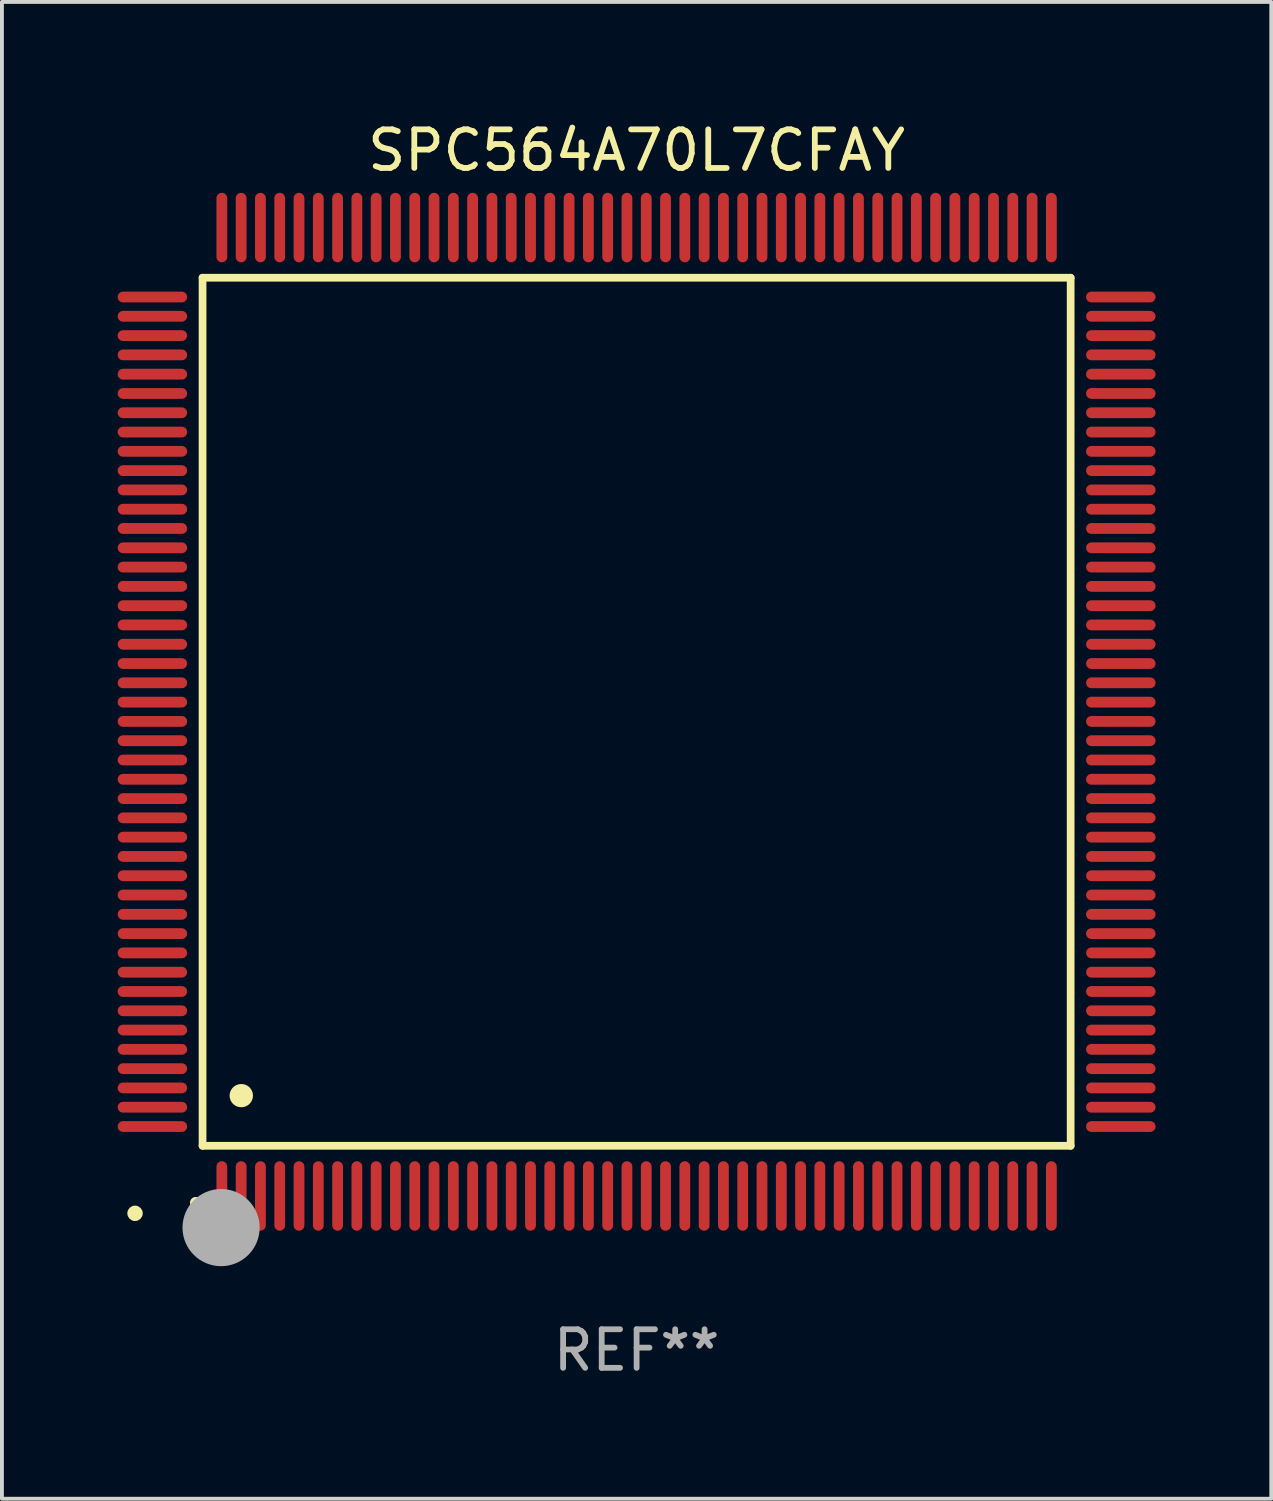
<source format=kicad_pcb>
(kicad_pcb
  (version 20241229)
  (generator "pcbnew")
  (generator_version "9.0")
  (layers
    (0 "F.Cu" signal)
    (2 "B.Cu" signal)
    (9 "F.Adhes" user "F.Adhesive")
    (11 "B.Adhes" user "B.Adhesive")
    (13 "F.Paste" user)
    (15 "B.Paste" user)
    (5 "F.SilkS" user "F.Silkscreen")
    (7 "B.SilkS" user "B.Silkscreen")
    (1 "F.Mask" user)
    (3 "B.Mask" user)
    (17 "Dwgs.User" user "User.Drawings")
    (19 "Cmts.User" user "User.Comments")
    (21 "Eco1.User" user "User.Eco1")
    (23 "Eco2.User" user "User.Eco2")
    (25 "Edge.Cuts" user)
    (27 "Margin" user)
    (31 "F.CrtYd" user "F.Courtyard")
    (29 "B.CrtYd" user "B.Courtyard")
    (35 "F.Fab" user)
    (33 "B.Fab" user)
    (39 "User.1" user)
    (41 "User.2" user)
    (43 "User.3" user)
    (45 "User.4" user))
  (footprint "SPC564A70L7CFAY"
    (layer "F.Cu")
    (at 13.45 15.398)
    (property "Reference" "SPC564A70L7CFAY" (at 0 -14.55 0) (layer "F.SilkS") (effects (font (size 1 1) (thickness 0.15))))
    (attr through_hole)
    (fp_line (start -11.25 -11.25) (end 11.25 -11.25) (stroke (width 0.2) (type solid)) (layer "F.SilkS"))
    (fp_line (start -11.25 11.25) (end -11.25 -11.25) (stroke (width 0.2) (type solid)) (layer "F.SilkS"))
    (fp_line (start 11.25 -11.25) (end 11.25 11.25) (stroke (width 0.2) (type solid)) (layer "F.SilkS"))
    (fp_line (start 11.25 11.25) (end -11.25 11.25) (stroke (width 0.2) (type solid)) (layer "F.SilkS"))
    (fp_arc (start -11.424943 12.725425) (mid -11.423673 12.72542) (end -11.422403 12.725425) (stroke (width 0.3) (type solid)) (layer "F.SilkS"))
    (fp_arc (start -10.24892 9.9492) (mid -10.24638 9.949189) (end -10.24384 9.9492) (stroke (width 0.6) (type solid)) (layer "F.SilkS"))
    (fp_circle (center -13 13) (end -12.9 13) (stroke (width 0.2) (type solid)) (fill no) (layer "F.SilkS"))
    (fp_circle (center -10.77 13.37) (end -10.27 13.37) (stroke (width 1) (type solid)) (fill no) (layer "F.Fab"))
    (fp_text user "REF**" (at 0 16.55 0) (layer "F.Fab") (effects (font (size 1 1) (thickness 0.15))))
    (pad "1" smd oval (at -10.75 12.55) (size 0.28 1.8) (layers "F.Cu" "F.Mask" "F.Paste"))
    (pad "2" smd oval (at -10.25 12.55) (size 0.28 1.8) (layers "F.Cu" "F.Mask" "F.Paste"))
    (pad "3" smd oval (at -9.75 12.55) (size 0.28 1.8) (layers "F.Cu" "F.Mask" "F.Paste"))
    (pad "4" smd oval (at -9.25 12.55) (size 0.28 1.8) (layers "F.Cu" "F.Mask" "F.Paste"))
    (pad "5" smd oval (at -8.75 12.55) (size 0.28 1.8) (layers "F.Cu" "F.Mask" "F.Paste"))
    (pad "6" smd oval (at -8.25 12.55) (size 0.28 1.8) (layers "F.Cu" "F.Mask" "F.Paste"))
    (pad "7" smd oval (at -7.75 12.55) (size 0.28 1.8) (layers "F.Cu" "F.Mask" "F.Paste"))
    (pad "8" smd oval (at -7.25 12.55) (size 0.28 1.8) (layers "F.Cu" "F.Mask" "F.Paste"))
    (pad "9" smd oval (at -6.75 12.55) (size 0.28 1.8) (layers "F.Cu" "F.Mask" "F.Paste"))
    (pad "10" smd oval (at -6.25 12.55) (size 0.28 1.8) (layers "F.Cu" "F.Mask" "F.Paste"))
    (pad "11" smd oval (at -5.75 12.55) (size 0.28 1.8) (layers "F.Cu" "F.Mask" "F.Paste"))
    (pad "12" smd oval (at -5.25 12.55) (size 0.28 1.8) (layers "F.Cu" "F.Mask" "F.Paste"))
    (pad "13" smd oval (at -4.75 12.55) (size 0.28 1.8) (layers "F.Cu" "F.Mask" "F.Paste"))
    (pad "14" smd oval (at -4.25 12.55) (size 0.28 1.8) (layers "F.Cu" "F.Mask" "F.Paste"))
    (pad "15" smd oval (at -3.75 12.55) (size 0.28 1.8) (layers "F.Cu" "F.Mask" "F.Paste"))
    (pad "16" smd oval (at -3.25 12.55) (size 0.28 1.8) (layers "F.Cu" "F.Mask" "F.Paste"))
    (pad "17" smd oval (at -2.75 12.55) (size 0.28 1.8) (layers "F.Cu" "F.Mask" "F.Paste"))
    (pad "18" smd oval (at -2.25 12.55) (size 0.28 1.8) (layers "F.Cu" "F.Mask" "F.Paste"))
    (pad "19" smd oval (at -1.75 12.55) (size 0.28 1.8) (layers "F.Cu" "F.Mask" "F.Paste"))
    (pad "20" smd oval (at -1.25 12.55) (size 0.28 1.8) (layers "F.Cu" "F.Mask" "F.Paste"))
    (pad "21" smd oval (at -0.75 12.55) (size 0.28 1.8) (layers "F.Cu" "F.Mask" "F.Paste"))
    (pad "22" smd oval (at -0.25 12.55) (size 0.28 1.8) (layers "F.Cu" "F.Mask" "F.Paste"))
    (pad "23" smd oval (at 0.25 12.55) (size 0.28 1.8) (layers "F.Cu" "F.Mask" "F.Paste"))
    (pad "24" smd oval (at 0.75 12.55) (size 0.28 1.8) (layers "F.Cu" "F.Mask" "F.Paste"))
    (pad "25" smd oval (at 1.25 12.55) (size 0.28 1.8) (layers "F.Cu" "F.Mask" "F.Paste"))
    (pad "26" smd oval (at 1.75 12.55) (size 0.28 1.8) (layers "F.Cu" "F.Mask" "F.Paste"))
    (pad "27" smd oval (at 2.25 12.55) (size 0.28 1.8) (layers "F.Cu" "F.Mask" "F.Paste"))
    (pad "28" smd oval (at 2.75 12.55) (size 0.28 1.8) (layers "F.Cu" "F.Mask" "F.Paste"))
    (pad "29" smd oval (at 3.25 12.55) (size 0.28 1.8) (layers "F.Cu" "F.Mask" "F.Paste"))
    (pad "30" smd oval (at 3.75 12.55) (size 0.28 1.8) (layers "F.Cu" "F.Mask" "F.Paste"))
    (pad "31" smd oval (at 4.25 12.55) (size 0.28 1.8) (layers "F.Cu" "F.Mask" "F.Paste"))
    (pad "32" smd oval (at 4.75 12.55) (size 0.28 1.8) (layers "F.Cu" "F.Mask" "F.Paste"))
    (pad "33" smd oval (at 5.25 12.55) (size 0.28 1.8) (layers "F.Cu" "F.Mask" "F.Paste"))
    (pad "34" smd oval (at 5.75 12.55) (size 0.28 1.8) (layers "F.Cu" "F.Mask" "F.Paste"))
    (pad "35" smd oval (at 6.25 12.55) (size 0.28 1.8) (layers "F.Cu" "F.Mask" "F.Paste"))
    (pad "36" smd oval (at 6.75 12.55) (size 0.28 1.8) (layers "F.Cu" "F.Mask" "F.Paste"))
    (pad "37" smd oval (at 7.25 12.55) (size 0.28 1.8) (layers "F.Cu" "F.Mask" "F.Paste"))
    (pad "38" smd oval (at 7.75 12.55) (size 0.28 1.8) (layers "F.Cu" "F.Mask" "F.Paste"))
    (pad "39" smd oval (at 8.25 12.55) (size 0.28 1.8) (layers "F.Cu" "F.Mask" "F.Paste"))
    (pad "40" smd oval (at 8.75 12.55) (size 0.28 1.8) (layers "F.Cu" "F.Mask" "F.Paste"))
    (pad "41" smd oval (at 9.25 12.55) (size 0.28 1.8) (layers "F.Cu" "F.Mask" "F.Paste"))
    (pad "42" smd oval (at 9.75 12.55) (size 0.28 1.8) (layers "F.Cu" "F.Mask" "F.Paste"))
    (pad "43" smd oval (at 10.25 12.55) (size 0.28 1.8) (layers "F.Cu" "F.Mask" "F.Paste"))
    (pad "44" smd oval (at 10.75 12.55) (size 0.28 1.8) (layers "F.Cu" "F.Mask" "F.Paste"))
    (pad "45" smd oval (at 12.55 10.75) (size 1.8 0.28) (layers "F.Cu" "F.Mask" "F.Paste"))
    (pad "46" smd oval (at 12.55 10.25) (size 1.8 0.28) (layers "F.Cu" "F.Mask" "F.Paste"))
    (pad "47" smd oval (at 12.55 9.75) (size 1.8 0.28) (layers "F.Cu" "F.Mask" "F.Paste"))
    (pad "48" smd oval (at 12.55 9.25) (size 1.8 0.28) (layers "F.Cu" "F.Mask" "F.Paste"))
    (pad "49" smd oval (at 12.55 8.75) (size 1.8 0.28) (layers "F.Cu" "F.Mask" "F.Paste"))
    (pad "50" smd oval (at 12.55 8.25) (size 1.8 0.28) (layers "F.Cu" "F.Mask" "F.Paste"))
    (pad "51" smd oval (at 12.55 7.75) (size 1.8 0.28) (layers "F.Cu" "F.Mask" "F.Paste"))
    (pad "52" smd oval (at 12.55 7.25) (size 1.8 0.28) (layers "F.Cu" "F.Mask" "F.Paste"))
    (pad "53" smd oval (at 12.55 6.75) (size 1.8 0.28) (layers "F.Cu" "F.Mask" "F.Paste"))
    (pad "54" smd oval (at 12.55 6.25) (size 1.8 0.28) (layers "F.Cu" "F.Mask" "F.Paste"))
    (pad "55" smd oval (at 12.55 5.75) (size 1.8 0.28) (layers "F.Cu" "F.Mask" "F.Paste"))
    (pad "56" smd oval (at 12.55 5.25) (size 1.8 0.28) (layers "F.Cu" "F.Mask" "F.Paste"))
    (pad "57" smd oval (at 12.55 4.75) (size 1.8 0.28) (layers "F.Cu" "F.Mask" "F.Paste"))
    (pad "58" smd oval (at 12.55 4.25) (size 1.8 0.28) (layers "F.Cu" "F.Mask" "F.Paste"))
    (pad "59" smd oval (at 12.55 3.75) (size 1.8 0.28) (layers "F.Cu" "F.Mask" "F.Paste"))
    (pad "60" smd oval (at 12.55 3.25) (size 1.8 0.28) (layers "F.Cu" "F.Mask" "F.Paste"))
    (pad "61" smd oval (at 12.55 2.75) (size 1.8 0.28) (layers "F.Cu" "F.Mask" "F.Paste"))
    (pad "62" smd oval (at 12.55 2.25) (size 1.8 0.28) (layers "F.Cu" "F.Mask" "F.Paste"))
    (pad "63" smd oval (at 12.55 1.75) (size 1.8 0.28) (layers "F.Cu" "F.Mask" "F.Paste"))
    (pad "64" smd oval (at 12.55 1.25) (size 1.8 0.28) (layers "F.Cu" "F.Mask" "F.Paste"))
    (pad "65" smd oval (at 12.55 0.75) (size 1.8 0.28) (layers "F.Cu" "F.Mask" "F.Paste"))
    (pad "66" smd oval (at 12.55 0.25) (size 1.8 0.28) (layers "F.Cu" "F.Mask" "F.Paste"))
    (pad "67" smd oval (at 12.55 -0.25) (size 1.8 0.28) (layers "F.Cu" "F.Mask" "F.Paste"))
    (pad "68" smd oval (at 12.55 -0.75) (size 1.8 0.28) (layers "F.Cu" "F.Mask" "F.Paste"))
    (pad "69" smd oval (at 12.55 -1.25) (size 1.8 0.28) (layers "F.Cu" "F.Mask" "F.Paste"))
    (pad "70" smd oval (at 12.55 -1.75) (size 1.8 0.28) (layers "F.Cu" "F.Mask" "F.Paste"))
    (pad "71" smd oval (at 12.55 -2.25) (size 1.8 0.28) (layers "F.Cu" "F.Mask" "F.Paste"))
    (pad "72" smd oval (at 12.55 -2.75) (size 1.8 0.28) (layers "F.Cu" "F.Mask" "F.Paste"))
    (pad "73" smd oval (at 12.55 -3.25) (size 1.8 0.28) (layers "F.Cu" "F.Mask" "F.Paste"))
    (pad "74" smd oval (at 12.55 -3.75) (size 1.8 0.28) (layers "F.Cu" "F.Mask" "F.Paste"))
    (pad "75" smd oval (at 12.55 -4.25) (size 1.8 0.28) (layers "F.Cu" "F.Mask" "F.Paste"))
    (pad "76" smd oval (at 12.55 -4.75) (size 1.8 0.28) (layers "F.Cu" "F.Mask" "F.Paste"))
    (pad "77" smd oval (at 12.55 -5.25) (size 1.8 0.28) (layers "F.Cu" "F.Mask" "F.Paste"))
    (pad "78" smd oval (at 12.55 -5.75) (size 1.8 0.28) (layers "F.Cu" "F.Mask" "F.Paste"))
    (pad "79" smd oval (at 12.55 -6.25) (size 1.8 0.28) (layers "F.Cu" "F.Mask" "F.Paste"))
    (pad "80" smd oval (at 12.55 -6.75) (size 1.8 0.28) (layers "F.Cu" "F.Mask" "F.Paste"))
    (pad "81" smd oval (at 12.55 -7.25) (size 1.8 0.28) (layers "F.Cu" "F.Mask" "F.Paste"))
    (pad "82" smd oval (at 12.55 -7.75) (size 1.8 0.28) (layers "F.Cu" "F.Mask" "F.Paste"))
    (pad "83" smd oval (at 12.55 -8.25) (size 1.8 0.28) (layers "F.Cu" "F.Mask" "F.Paste"))
    (pad "84" smd oval (at 12.55 -8.75) (size 1.8 0.28) (layers "F.Cu" "F.Mask" "F.Paste"))
    (pad "85" smd oval (at 12.55 -9.25) (size 1.8 0.28) (layers "F.Cu" "F.Mask" "F.Paste"))
    (pad "86" smd oval (at 12.55 -9.75) (size 1.8 0.28) (layers "F.Cu" "F.Mask" "F.Paste"))
    (pad "87" smd oval (at 12.55 -10.25) (size 1.8 0.28) (layers "F.Cu" "F.Mask" "F.Paste"))
    (pad "88" smd oval (at 12.55 -10.75) (size 1.8 0.28) (layers "F.Cu" "F.Mask" "F.Paste"))
    (pad "89" smd oval (at 10.75 -12.55) (size 0.28 1.8) (layers "F.Cu" "F.Mask" "F.Paste"))
    (pad "90" smd oval (at 10.25 -12.55) (size 0.28 1.8) (layers "F.Cu" "F.Mask" "F.Paste"))
    (pad "91" smd oval (at 9.75 -12.55) (size 0.28 1.8) (layers "F.Cu" "F.Mask" "F.Paste"))
    (pad "92" smd oval (at 9.25 -12.55) (size 0.28 1.8) (layers "F.Cu" "F.Mask" "F.Paste"))
    (pad "93" smd oval (at 8.75 -12.55) (size 0.28 1.8) (layers "F.Cu" "F.Mask" "F.Paste"))
    (pad "94" smd oval (at 8.25 -12.55) (size 0.28 1.8) (layers "F.Cu" "F.Mask" "F.Paste"))
    (pad "95" smd oval (at 7.75 -12.55) (size 0.28 1.8) (layers "F.Cu" "F.Mask" "F.Paste"))
    (pad "96" smd oval (at 7.25 -12.55) (size 0.28 1.8) (layers "F.Cu" "F.Mask" "F.Paste"))
    (pad "97" smd oval (at 6.75 -12.55) (size 0.28 1.8) (layers "F.Cu" "F.Mask" "F.Paste"))
    (pad "98" smd oval (at 6.25 -12.55) (size 0.28 1.8) (layers "F.Cu" "F.Mask" "F.Paste"))
    (pad "99" smd oval (at 5.75 -12.55) (size 0.28 1.8) (layers "F.Cu" "F.Mask" "F.Paste"))
    (pad "100" smd oval (at 5.25 -12.55) (size 0.28 1.8) (layers "F.Cu" "F.Mask" "F.Paste"))
    (pad "101" smd oval (at 4.75 -12.55) (size 0.28 1.8) (layers "F.Cu" "F.Mask" "F.Paste"))
    (pad "102" smd oval (at 4.25 -12.55) (size 0.28 1.8) (layers "F.Cu" "F.Mask" "F.Paste"))
    (pad "103" smd oval (at 3.75 -12.55) (size 0.28 1.8) (layers "F.Cu" "F.Mask" "F.Paste"))
    (pad "104" smd oval (at 3.25 -12.55) (size 0.28 1.8) (layers "F.Cu" "F.Mask" "F.Paste"))
    (pad "105" smd oval (at 2.75 -12.55) (size 0.28 1.8) (layers "F.Cu" "F.Mask" "F.Paste"))
    (pad "106" smd oval (at 2.25 -12.55) (size 0.28 1.8) (layers "F.Cu" "F.Mask" "F.Paste"))
    (pad "107" smd oval (at 1.75 -12.55) (size 0.28 1.8) (layers "F.Cu" "F.Mask" "F.Paste"))
    (pad "108" smd oval (at 1.25 -12.55) (size 0.28 1.8) (layers "F.Cu" "F.Mask" "F.Paste"))
    (pad "109" smd oval (at 0.75 -12.55) (size 0.28 1.8) (layers "F.Cu" "F.Mask" "F.Paste"))
    (pad "110" smd oval (at 0.25 -12.55) (size 0.28 1.8) (layers "F.Cu" "F.Mask" "F.Paste"))
    (pad "111" smd oval (at -0.25 -12.55) (size 0.28 1.8) (layers "F.Cu" "F.Mask" "F.Paste"))
    (pad "112" smd oval (at -0.75 -12.55) (size 0.28 1.8) (layers "F.Cu" "F.Mask" "F.Paste"))
    (pad "113" smd oval (at -1.25 -12.55) (size 0.28 1.8) (layers "F.Cu" "F.Mask" "F.Paste"))
    (pad "114" smd oval (at -1.75 -12.55) (size 0.28 1.8) (layers "F.Cu" "F.Mask" "F.Paste"))
    (pad "115" smd oval (at -2.25 -12.55) (size 0.28 1.8) (layers "F.Cu" "F.Mask" "F.Paste"))
    (pad "116" smd oval (at -2.75 -12.55) (size 0.28 1.8) (layers "F.Cu" "F.Mask" "F.Paste"))
    (pad "117" smd oval (at -3.25 -12.55) (size 0.28 1.8) (layers "F.Cu" "F.Mask" "F.Paste"))
    (pad "118" smd oval (at -3.75 -12.55) (size 0.28 1.8) (layers "F.Cu" "F.Mask" "F.Paste"))
    (pad "119" smd oval (at -4.25 -12.55) (size 0.28 1.8) (layers "F.Cu" "F.Mask" "F.Paste"))
    (pad "120" smd oval (at -4.75 -12.55) (size 0.28 1.8) (layers "F.Cu" "F.Mask" "F.Paste"))
    (pad "121" smd oval (at -5.25 -12.55) (size 0.28 1.8) (layers "F.Cu" "F.Mask" "F.Paste"))
    (pad "122" smd oval (at -5.75 -12.55) (size 0.28 1.8) (layers "F.Cu" "F.Mask" "F.Paste"))
    (pad "123" smd oval (at -6.25 -12.55) (size 0.28 1.8) (layers "F.Cu" "F.Mask" "F.Paste"))
    (pad "124" smd oval (at -6.75 -12.55) (size 0.28 1.8) (layers "F.Cu" "F.Mask" "F.Paste"))
    (pad "125" smd oval (at -7.25 -12.55) (size 0.28 1.8) (layers "F.Cu" "F.Mask" "F.Paste"))
    (pad "126" smd oval (at -7.75 -12.55) (size 0.28 1.8) (layers "F.Cu" "F.Mask" "F.Paste"))
    (pad "127" smd oval (at -8.25 -12.55) (size 0.28 1.8) (layers "F.Cu" "F.Mask" "F.Paste"))
    (pad "128" smd oval (at -8.75 -12.55) (size 0.28 1.8) (layers "F.Cu" "F.Mask" "F.Paste"))
    (pad "129" smd oval (at -9.25 -12.55) (size 0.28 1.8) (layers "F.Cu" "F.Mask" "F.Paste"))
    (pad "130" smd oval (at -9.75 -12.55) (size 0.28 1.8) (layers "F.Cu" "F.Mask" "F.Paste"))
    (pad "131" smd oval (at -10.25 -12.55) (size 0.28 1.8) (layers "F.Cu" "F.Mask" "F.Paste"))
    (pad "132" smd oval (at -10.75 -12.55) (size 0.28 1.8) (layers "F.Cu" "F.Mask" "F.Paste"))
    (pad "133" smd oval (at -12.55 -10.75) (size 1.8 0.28) (layers "F.Cu" "F.Mask" "F.Paste"))
    (pad "134" smd oval (at -12.55 -10.25) (size 1.8 0.28) (layers "F.Cu" "F.Mask" "F.Paste"))
    (pad "135" smd oval (at -12.55 -9.75) (size 1.8 0.28) (layers "F.Cu" "F.Mask" "F.Paste"))
    (pad "136" smd oval (at -12.55 -9.25) (size 1.8 0.28) (layers "F.Cu" "F.Mask" "F.Paste"))
    (pad "137" smd oval (at -12.55 -8.75) (size 1.8 0.28) (layers "F.Cu" "F.Mask" "F.Paste"))
    (pad "138" smd oval (at -12.55 -8.25) (size 1.8 0.28) (layers "F.Cu" "F.Mask" "F.Paste"))
    (pad "139" smd oval (at -12.55 -7.75) (size 1.8 0.28) (layers "F.Cu" "F.Mask" "F.Paste"))
    (pad "140" smd oval (at -12.55 -7.25) (size 1.8 0.28) (layers "F.Cu" "F.Mask" "F.Paste"))
    (pad "141" smd oval (at -12.55 -6.75) (size 1.8 0.28) (layers "F.Cu" "F.Mask" "F.Paste"))
    (pad "142" smd oval (at -12.55 -6.25) (size 1.8 0.28) (layers "F.Cu" "F.Mask" "F.Paste"))
    (pad "143" smd oval (at -12.55 -5.75) (size 1.8 0.28) (layers "F.Cu" "F.Mask" "F.Paste"))
    (pad "144" smd oval (at -12.55 -5.25) (size 1.8 0.28) (layers "F.Cu" "F.Mask" "F.Paste"))
    (pad "145" smd oval (at -12.55 -4.75) (size 1.8 0.28) (layers "F.Cu" "F.Mask" "F.Paste"))
    (pad "146" smd oval (at -12.55 -4.25) (size 1.8 0.28) (layers "F.Cu" "F.Mask" "F.Paste"))
    (pad "147" smd oval (at -12.55 -3.75) (size 1.8 0.28) (layers "F.Cu" "F.Mask" "F.Paste"))
    (pad "148" smd oval (at -12.55 -3.25) (size 1.8 0.28) (layers "F.Cu" "F.Mask" "F.Paste"))
    (pad "149" smd oval (at -12.55 -2.75) (size 1.8 0.28) (layers "F.Cu" "F.Mask" "F.Paste"))
    (pad "150" smd oval (at -12.55 -2.25) (size 1.8 0.28) (layers "F.Cu" "F.Mask" "F.Paste"))
    (pad "151" smd oval (at -12.55 -1.75) (size 1.8 0.28) (layers "F.Cu" "F.Mask" "F.Paste"))
    (pad "152" smd oval (at -12.55 -1.25) (size 1.8 0.28) (layers "F.Cu" "F.Mask" "F.Paste"))
    (pad "153" smd oval (at -12.55 -0.75) (size 1.8 0.28) (layers "F.Cu" "F.Mask" "F.Paste"))
    (pad "154" smd oval (at -12.55 -0.25) (size 1.8 0.28) (layers "F.Cu" "F.Mask" "F.Paste"))
    (pad "155" smd oval (at -12.55 0.25) (size 1.8 0.28) (layers "F.Cu" "F.Mask" "F.Paste"))
    (pad "156" smd oval (at -12.55 0.75) (size 1.8 0.28) (layers "F.Cu" "F.Mask" "F.Paste"))
    (pad "157" smd oval (at -12.55 1.25) (size 1.8 0.28) (layers "F.Cu" "F.Mask" "F.Paste"))
    (pad "158" smd oval (at -12.55 1.75) (size 1.8 0.28) (layers "F.Cu" "F.Mask" "F.Paste"))
    (pad "159" smd oval (at -12.55 2.25) (size 1.8 0.28) (layers "F.Cu" "F.Mask" "F.Paste"))
    (pad "160" smd oval (at -12.55 2.75) (size 1.8 0.28) (layers "F.Cu" "F.Mask" "F.Paste"))
    (pad "161" smd oval (at -12.55 3.25) (size 1.8 0.28) (layers "F.Cu" "F.Mask" "F.Paste"))
    (pad "162" smd oval (at -12.55 3.75) (size 1.8 0.28) (layers "F.Cu" "F.Mask" "F.Paste"))
    (pad "163" smd oval (at -12.55 4.25) (size 1.8 0.28) (layers "F.Cu" "F.Mask" "F.Paste"))
    (pad "164" smd oval (at -12.55 4.75) (size 1.8 0.28) (layers "F.Cu" "F.Mask" "F.Paste"))
    (pad "165" smd oval (at -12.55 5.25) (size 1.8 0.28) (layers "F.Cu" "F.Mask" "F.Paste"))
    (pad "166" smd oval (at -12.55 5.75) (size 1.8 0.28) (layers "F.Cu" "F.Mask" "F.Paste"))
    (pad "167" smd oval (at -12.55 6.25) (size 1.8 0.28) (layers "F.Cu" "F.Mask" "F.Paste"))
    (pad "168" smd oval (at -12.55 6.75) (size 1.8 0.28) (layers "F.Cu" "F.Mask" "F.Paste"))
    (pad "169" smd oval (at -12.55 7.25) (size 1.8 0.28) (layers "F.Cu" "F.Mask" "F.Paste"))
    (pad "170" smd oval (at -12.55 7.75) (size 1.8 0.28) (layers "F.Cu" "F.Mask" "F.Paste"))
    (pad "171" smd oval (at -12.55 8.25) (size 1.8 0.28) (layers "F.Cu" "F.Mask" "F.Paste"))
    (pad "172" smd oval (at -12.55 8.75) (size 1.8 0.28) (layers "F.Cu" "F.Mask" "F.Paste"))
    (pad "173" smd oval (at -12.55 9.25) (size 1.8 0.28) (layers "F.Cu" "F.Mask" "F.Paste"))
    (pad "174" smd oval (at -12.55 9.75) (size 1.8 0.28) (layers "F.Cu" "F.Mask" "F.Paste"))
    (pad "175" smd oval (at -12.55 10.25) (size 1.8 0.28) (layers "F.Cu" "F.Mask" "F.Paste"))
    (pad "176" smd oval (at -12.55 10.75) (size 1.8 0.28) (layers "F.Cu" "F.Mask" "F.Paste")))
  (gr_rect
    (start -3 -3)
    (end 29.9 35.796)
    (stroke (width 0.1) (type default))
    (fill no)
    (layer "Edge.Cuts")))
</source>
